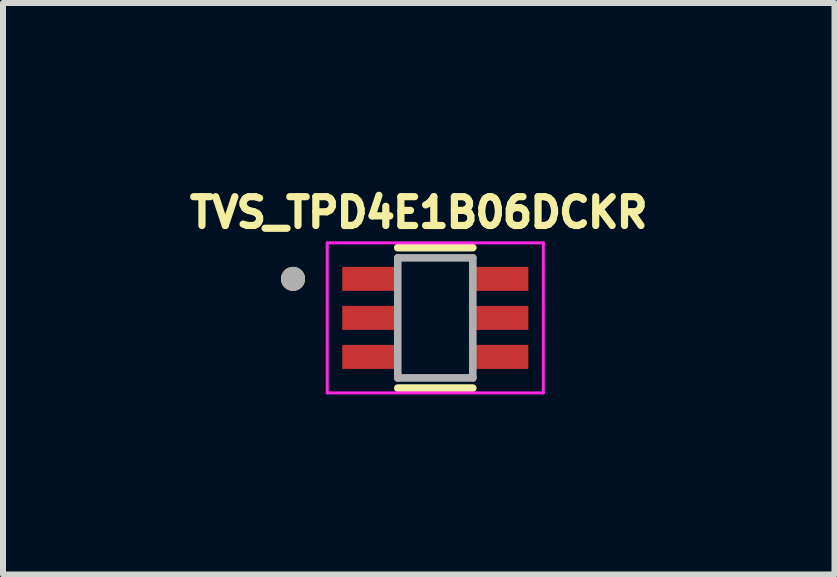
<source format=kicad_pcb>
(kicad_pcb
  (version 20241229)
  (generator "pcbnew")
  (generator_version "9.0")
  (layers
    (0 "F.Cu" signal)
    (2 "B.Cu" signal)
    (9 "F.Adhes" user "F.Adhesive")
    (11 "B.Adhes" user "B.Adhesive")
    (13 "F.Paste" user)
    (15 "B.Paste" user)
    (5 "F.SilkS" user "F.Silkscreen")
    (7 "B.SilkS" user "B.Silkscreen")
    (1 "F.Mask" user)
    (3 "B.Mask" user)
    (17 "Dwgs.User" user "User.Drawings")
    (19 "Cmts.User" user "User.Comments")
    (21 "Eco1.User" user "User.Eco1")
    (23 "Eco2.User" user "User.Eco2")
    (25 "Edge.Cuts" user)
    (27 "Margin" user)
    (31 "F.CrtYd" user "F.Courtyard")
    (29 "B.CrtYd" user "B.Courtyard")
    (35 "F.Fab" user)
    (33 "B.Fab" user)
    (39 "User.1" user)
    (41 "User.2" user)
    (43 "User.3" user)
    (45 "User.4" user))
  (footprint "TVS_TPD4E1B06DCKR"
    (layer "F.Cu")
    (at 4.202 2.246)
    (property "Reference" "TVS_TPD4E1B06DCKR" (at -0.276 -1.755 0) (layer "F.SilkS") (effects (font (size 0.48 0.48) (thickness 0.15))))
    (attr smd)
    (fp_line (start -0.625 -1.17) (end 0.625 -1.17) (stroke (width 0.127) (type solid)) (layer "F.SilkS"))
    (fp_line (start -0.625 1.17) (end 0.625 1.17) (stroke (width 0.127) (type solid)) (layer "F.SilkS"))
    (fp_circle (center -2.37 -0.65) (end -2.27 -0.65) (stroke (width 0.2) (type solid)) (fill no) (layer "F.SilkS"))
    (fp_poly (pts (xy -1.525 -0.825) (xy -0.675 -0.825) (xy -0.675 -0.475) (xy -1.525 -0.475)) (stroke (width 0.01) (type solid)) (fill yes) (layer "F.Paste"))
    (fp_poly (pts (xy -1.525 -0.175) (xy -0.675 -0.175) (xy -0.675 0.175) (xy -1.525 0.175)) (stroke (width 0.01) (type solid)) (fill yes) (layer "F.Paste"))
    (fp_poly (pts (xy -1.525 0.475) (xy -0.675 0.475) (xy -0.675 0.825) (xy -1.525 0.825)) (stroke (width 0.01) (type solid)) (fill yes) (layer "F.Paste"))
    (fp_poly (pts (xy 0.675 -0.825) (xy 1.525 -0.825) (xy 1.525 -0.475) (xy 0.675 -0.475)) (stroke (width 0.01) (type solid)) (fill yes) (layer "F.Paste"))
    (fp_poly (pts (xy 0.675 -0.175) (xy 1.525 -0.175) (xy 1.525 0.175) (xy 0.675 0.175)) (stroke (width 0.01) (type solid)) (fill yes) (layer "F.Paste"))
    (fp_poly (pts (xy 0.675 0.475) (xy 1.525 0.475) (xy 1.525 0.825) (xy 0.675 0.825)) (stroke (width 0.01) (type solid)) (fill yes) (layer "F.Paste"))
    (fp_line (start -1.8 -1.25) (end -1.8 1.25) (stroke (width 0.05) (type solid)) (layer "F.CrtYd"))
    (fp_line (start -1.8 1.25) (end 1.8 1.25) (stroke (width 0.05) (type solid)) (layer "F.CrtYd"))
    (fp_line (start 1.8 -1.25) (end -1.8 -1.25) (stroke (width 0.05) (type solid)) (layer "F.CrtYd"))
    (fp_line (start 1.8 1.25) (end 1.8 -1.25) (stroke (width 0.05) (type solid)) (layer "F.CrtYd"))
    (fp_line (start -0.625 -1) (end -0.625 1) (stroke (width 0.127) (type solid)) (layer "F.Fab"))
    (fp_line (start -0.625 1) (end 0.625 1) (stroke (width 0.127) (type solid)) (layer "F.Fab"))
    (fp_line (start 0.625 -1) (end -0.625 -1) (stroke (width 0.127) (type solid)) (layer "F.Fab"))
    (fp_line (start 0.625 1) (end 0.625 -1) (stroke (width 0.127) (type solid)) (layer "F.Fab"))
    (fp_circle (center -2.37 -0.65) (end -2.27 -0.65) (stroke (width 0.2) (type solid)) (fill no) (layer "F.Fab"))
    (pad "1" smd rect (at -1.1 -0.65) (size 0.9 0.4) (layers "F.Cu" "F.Mask"))
    (pad "2" smd rect (at -1.1 0) (size 0.9 0.4) (layers "F.Cu" "F.Mask"))
    (pad "3" smd rect (at -1.1 0.65) (size 0.9 0.4) (layers "F.Cu" "F.Mask"))
    (pad "4" smd rect (at 1.1 0.65) (size 0.9 0.4) (layers "F.Cu" "F.Mask"))
    (pad "5" smd rect (at 1.1 0) (size 0.9 0.4) (layers "F.Cu" "F.Mask"))
    (pad "6" smd rect (at 1.1 -0.65) (size 0.9 0.4) (layers "F.Cu" "F.Mask")))
  (gr_rect
    (start -3 -3)
    (end 10.853 6.521)
    (stroke (width 0.1) (type default))
    (fill no)
    (layer "Edge.Cuts")))
</source>
